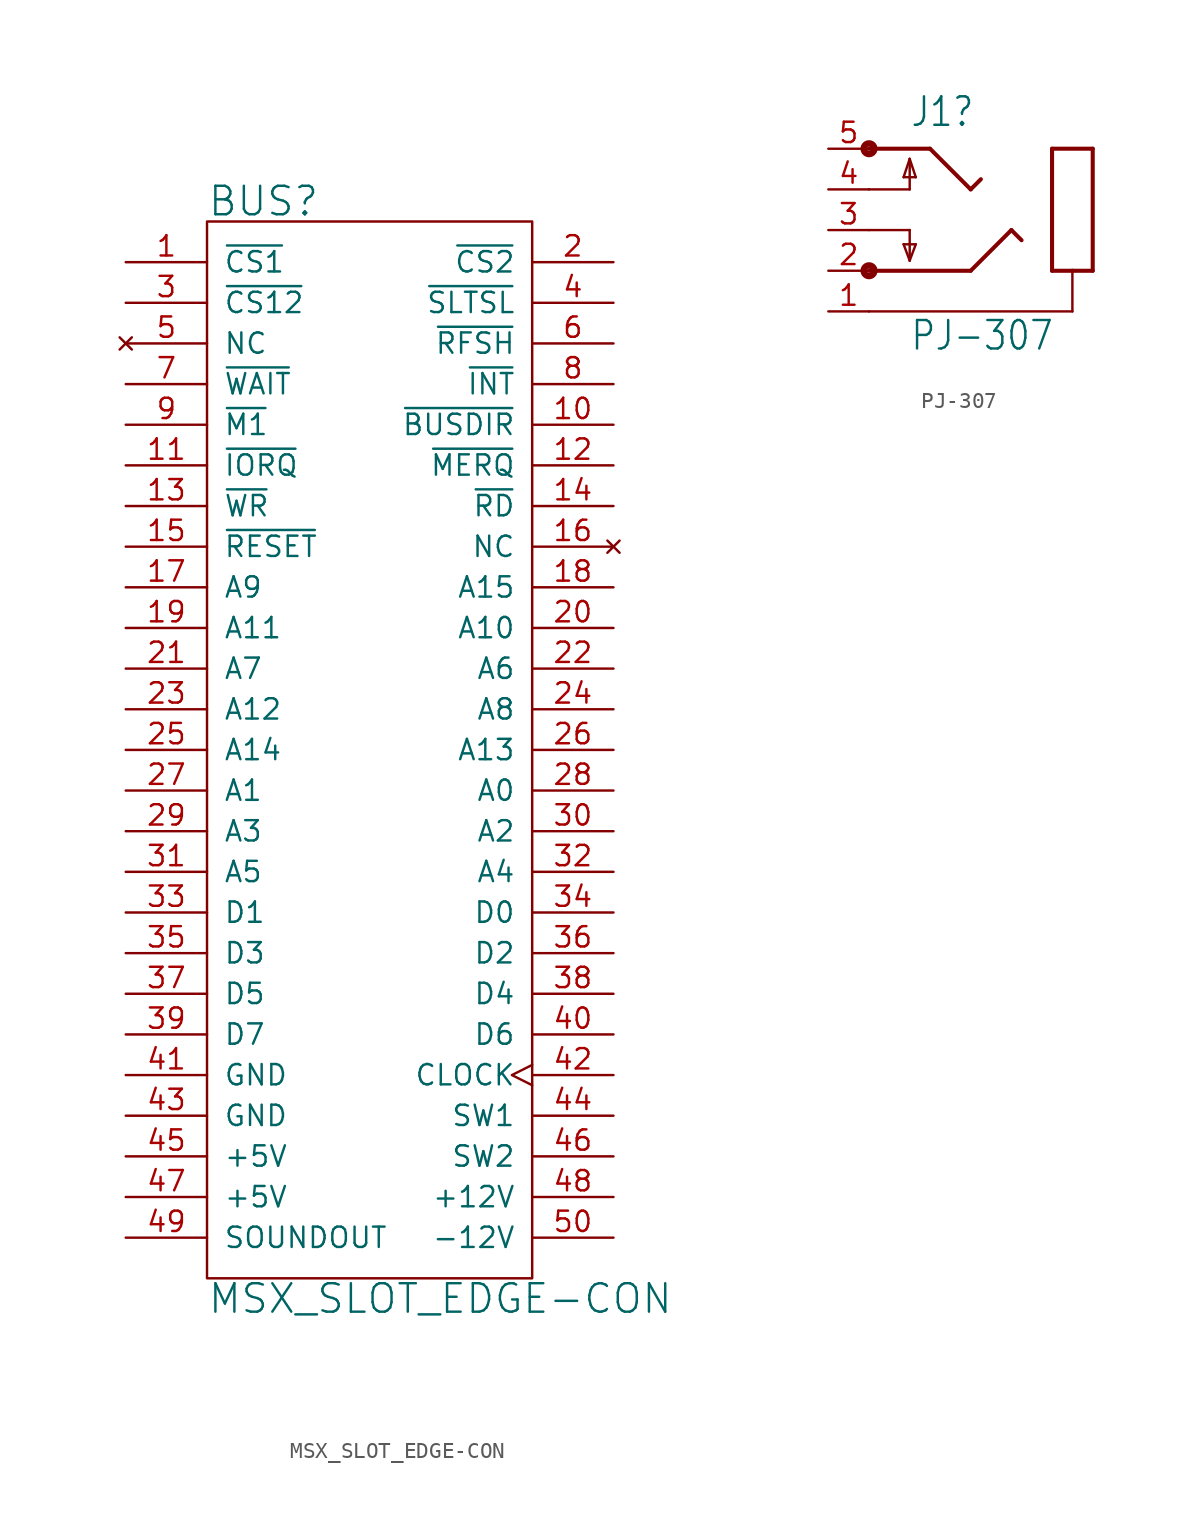
<source format=kicad_sym>
(kicad_symbol_lib
  (version 20220914)
  (generator kicad_symbol_editor)
  (symbol "MSX_SLOT_EDGE-CON"
    (pin_names
      (offset 1.016))
    (property "Reference" "BUS"
      (at -10.16 34.29 0)
      (effects (font (size 1.778 1.778)) (justify left)))
    (property "Value" "MSX_SLOT_EDGE-CON"
      (at -10.16 -34.29 0)
      (effects (font (size 1.778 1.778)) (justify left)))
    (symbol "MSX_SLOT_EDGE-CON_0_1"
      (rectangle (start -10.16 -33.02) (end 10.16 33.02) (stroke (width 0) (type default)) (fill (type none))))
    (symbol "MSX_SLOT_EDGE-CON_1_1"
      (pin output line (at -15.24 30.48 0) (length 5.08) (name "~{CS1}" (effects (font (size 1.27 1.27)))) (number "1" (effects (font (size 1.27 1.27)))))
      (pin output line (at 15.24 20.32 180) (length 5.08) (name "~{BUSDIR}" (effects (font (size 1.27 1.27)))) (number "10" (effects (font (size 1.27 1.27)))))
      (pin output line (at -15.24 17.78 0) (length 5.08) (name "~{IORQ}" (effects (font (size 1.27 1.27)))) (number "11" (effects (font (size 1.27 1.27)))))
      (pin input line (at 15.24 17.78 180) (length 5.08) (name "~{MERQ}" (effects (font (size 1.27 1.27)))) (number "12" (effects (font (size 1.27 1.27)))))
      (pin output line (at -15.24 15.24 0) (length 5.08) (name "~{WR}" (effects (font (size 1.27 1.27)))) (number "13" (effects (font (size 1.27 1.27)))))
      (pin output line (at 15.24 15.24 180) (length 5.08) (name "~{RD}" (effects (font (size 1.27 1.27)))) (number "14" (effects (font (size 1.27 1.27)))))
      (pin output line (at -15.24 12.7 0) (length 5.08) (name "~{RESET}" (effects (font (size 1.27 1.27)))) (number "15" (effects (font (size 1.27 1.27)))))
      (pin no_connect line (at 15.24 12.7 180) (length 5.08) (name "NC" (effects (font (size 1.27 1.27)))) (number "16" (effects (font (size 1.27 1.27)))))
      (pin output line (at -15.24 10.16 0) (length 5.08) (name "A9" (effects (font (size 1.27 1.27)))) (number "17" (effects (font (size 1.27 1.27)))))
      (pin output line (at 15.24 10.16 180) (length 5.08) (name "A15" (effects (font (size 1.27 1.27)))) (number "18" (effects (font (size 1.27 1.27)))))
      (pin output line (at -15.24 7.62 0) (length 5.08) (name "A11" (effects (font (size 1.27 1.27)))) (number "19" (effects (font (size 1.27 1.27)))))
      (pin output line (at 15.24 30.48 180) (length 5.08) (name "~{CS2}" (effects (font (size 1.27 1.27)))) (number "2" (effects (font (size 1.27 1.27)))))
      (pin output line (at 15.24 7.62 180) (length 5.08) (name "A10" (effects (font (size 1.27 1.27)))) (number "20" (effects (font (size 1.27 1.27)))))
      (pin output line (at -15.24 5.08 0) (length 5.08) (name "A7" (effects (font (size 1.27 1.27)))) (number "21" (effects (font (size 1.27 1.27)))))
      (pin output line (at 15.24 5.08 180) (length 5.08) (name "A6" (effects (font (size 1.27 1.27)))) (number "22" (effects (font (size 1.27 1.27)))))
      (pin output line (at -15.24 2.54 0) (length 5.08) (name "A12" (effects (font (size 1.27 1.27)))) (number "23" (effects (font (size 1.27 1.27)))))
      (pin output line (at 15.24 2.54 180) (length 5.08) (name "A8" (effects (font (size 1.27 1.27)))) (number "24" (effects (font (size 1.27 1.27)))))
      (pin output line (at -15.24 0 0) (length 5.08) (name "A14" (effects (font (size 1.27 1.27)))) (number "25" (effects (font (size 1.27 1.27)))))
      (pin output line (at 15.24 0 180) (length 5.08) (name "A13" (effects (font (size 1.27 1.27)))) (number "26" (effects (font (size 1.27 1.27)))))
      (pin output line (at -15.24 -2.54 0) (length 5.08) (name "A1" (effects (font (size 1.27 1.27)))) (number "27" (effects (font (size 1.27 1.27)))))
      (pin output line (at 15.24 -2.54 180) (length 5.08) (name "A0" (effects (font (size 1.27 1.27)))) (number "28" (effects (font (size 1.27 1.27)))))
      (pin output line (at -15.24 -5.08 0) (length 5.08) (name "A3" (effects (font (size 1.27 1.27)))) (number "29" (effects (font (size 1.27 1.27)))))
      (pin output line (at -15.24 27.94 0) (length 5.08) (name "~{CS12}" (effects (font (size 1.27 1.27)))) (number "3" (effects (font (size 1.27 1.27)))))
      (pin output line (at 15.24 -5.08 180) (length 5.08) (name "A2" (effects (font (size 1.27 1.27)))) (number "30" (effects (font (size 1.27 1.27)))))
      (pin output line (at -15.24 -7.62 0) (length 5.08) (name "A5" (effects (font (size 1.27 1.27)))) (number "31" (effects (font (size 1.27 1.27)))))
      (pin output line (at 15.24 -7.62 180) (length 5.08) (name "A4" (effects (font (size 1.27 1.27)))) (number "32" (effects (font (size 1.27 1.27)))))
      (pin tri_state line (at -15.24 -10.16 0) (length 5.08) (name "D1" (effects (font (size 1.27 1.27)))) (number "33" (effects (font (size 1.27 1.27)))))
      (pin tri_state line (at 15.24 -10.16 180) (length 5.08) (name "D0" (effects (font (size 1.27 1.27)))) (number "34" (effects (font (size 1.27 1.27)))))
      (pin tri_state line (at -15.24 -12.7 0) (length 5.08) (name "D3" (effects (font (size 1.27 1.27)))) (number "35" (effects (font (size 1.27 1.27)))))
      (pin tri_state line (at 15.24 -12.7 180) (length 5.08) (name "D2~{}" (effects (font (size 1.27 1.27)))) (number "36" (effects (font (size 1.27 1.27)))))
      (pin tri_state line (at -15.24 -15.24 0) (length 5.08) (name "D5" (effects (font (size 1.27 1.27)))) (number "37" (effects (font (size 1.27 1.27)))))
      (pin tri_state line (at 15.24 -15.24 180) (length 5.08) (name "D4" (effects (font (size 1.27 1.27)))) (number "38" (effects (font (size 1.27 1.27)))))
      (pin tri_state line (at -15.24 -17.78 0) (length 5.08) (name "D7" (effects (font (size 1.27 1.27)))) (number "39" (effects (font (size 1.27 1.27)))))
      (pin output line (at 15.24 27.94 180) (length 5.08) (name "~{SLTSL}" (effects (font (size 1.27 1.27)))) (number "4" (effects (font (size 1.27 1.27)))))
      (pin tri_state line (at 15.24 -17.78 180) (length 5.08) (name "D6" (effects (font (size 1.27 1.27)))) (number "40" (effects (font (size 1.27 1.27)))))
      (pin power_out line (at -15.24 -20.32 0) (length 5.08) (name "GND" (effects (font (size 1.27 1.27)))) (number "41" (effects (font (size 1.27 1.27)))))
      (pin output clock (at 15.24 -20.32 180) (length 5.08) (name "CLOCK" (effects (font (size 1.27 1.27)))) (number "42" (effects (font (size 1.27 1.27)))))
      (pin passive line (at -15.24 -22.86 0) (length 5.08) (name "GND" (effects (font (size 1.27 1.27)))) (number "43" (effects (font (size 1.27 1.27)))))
      (pin passive line (at 15.24 -22.86 180) (length 5.08) (name "SW1" (effects (font (size 1.27 1.27)))) (number "44" (effects (font (size 1.27 1.27)))))
      (pin power_out line (at -15.24 -25.4 0) (length 5.08) (name "+5V" (effects (font (size 1.27 1.27)))) (number "45" (effects (font (size 1.27 1.27)))))
      (pin passive line (at 15.24 -25.4 180) (length 5.08) (name "SW2" (effects (font (size 1.27 1.27)))) (number "46" (effects (font (size 1.27 1.27)))))
      (pin passive line (at -15.24 -27.94 0) (length 5.08) (name "+5V" (effects (font (size 1.27 1.27)))) (number "47" (effects (font (size 1.27 1.27)))))
      (pin power_out line (at 15.24 -27.94 180) (length 5.08) (name "+12V" (effects (font (size 1.27 1.27)))) (number "48" (effects (font (size 1.27 1.27)))))
      (pin output line (at -15.24 -30.48 0) (length 5.08) (name "SOUNDOUT" (effects (font (size 1.27 1.27)))) (number "49" (effects (font (size 1.27 1.27)))))
      (pin no_connect line (at -15.24 25.4 0) (length 5.08) (name "NC" (effects (font (size 1.27 1.27)))) (number "5" (effects (font (size 1.27 1.27)))))
      (pin power_out line (at 15.24 -30.48 180) (length 5.08) (name "-12V" (effects (font (size 1.27 1.27)))) (number "50" (effects (font (size 1.27 1.27)))))
      (pin output line (at 15.24 25.4 180) (length 5.08) (name "~{RFSH}" (effects (font (size 1.27 1.27)))) (number "6" (effects (font (size 1.27 1.27)))))
      (pin input line (at -15.24 22.86 0) (length 5.08) (name "~{WAIT}" (effects (font (size 1.27 1.27)))) (number "7" (effects (font (size 1.27 1.27)))))
      (pin open_collector line (at 15.24 22.86 180) (length 5.08) (name "~{INT}" (effects (font (size 1.27 1.27)))) (number "8" (effects (font (size 1.27 1.27)))))
      (pin output line (at -15.24 20.32 0) (length 5.08) (name "~{M1}" (effects (font (size 1.27 1.27)))) (number "9" (effects (font (size 1.27 1.27)))))))
  (symbol "PJ-307"
    (property "Reference" "J1"
      (at -2.54 6.35 0)
      (effects (font (size 1.778 1.511)) (justify left bottom)))
    (property "Value" "PJ-307"
      (at -2.54 -7.62 0)
      (effects (font (size 1.778 1.511)) (justify left bottom)))
    (property "ki_locked" ""
      (at 0 0 0)
      (effects (font (size 1.27 1.27))))
    (symbol "PJ-307_1_0"
      (circle (center -5.08 -2.54) (radius 0.127) (stroke (width 0.406) (type default)) (fill (type none)))
      (circle (center -5.08 5.08) (radius 0.127) (stroke (width 0.406) (type default)) (fill (type none)))
      (polyline (pts (xy -5.08 -2.54) (xy 1.27 -2.54)) (stroke (width 0.254) (type default)) (fill (type none)))
      (polyline (pts (xy -5.08 0) (xy -2.54 0)) (stroke (width 0.152) (type default)) (fill (type none)))
      (polyline (pts (xy -5.08 2.54) (xy -2.54 2.54)) (stroke (width 0.152) (type default)) (fill (type none)))
      (polyline (pts (xy -5.08 5.08) (xy -1.27 5.08)) (stroke (width 0.254) (type default)) (fill (type none)))
      (polyline (pts (xy -2.921 -0.889) (xy -2.159 -0.889)) (stroke (width 0.152) (type default)) (fill (type none)))
      (polyline (pts (xy -2.921 3.302) (xy -2.159 3.302)) (stroke (width 0.152) (type default)) (fill (type none)))
      (polyline (pts (xy -2.54 -1.905) (xy -2.921 -0.889)) (stroke (width 0.152) (type default)) (fill (type none)))
      (polyline (pts (xy -2.54 0) (xy -2.54 -1.905)) (stroke (width 0.152) (type default)) (fill (type none)))
      (polyline (pts (xy -2.54 2.54) (xy -2.54 4.445)) (stroke (width 0.152) (type default)) (fill (type none)))
      (polyline (pts (xy -2.54 4.445) (xy -2.921 3.302)) (stroke (width 0.152) (type default)) (fill (type none)))
      (polyline (pts (xy -2.159 -0.889) (xy -2.54 -1.905)) (stroke (width 0.152) (type default)) (fill (type none)))
      (polyline (pts (xy -2.159 3.302) (xy -2.54 4.445)) (stroke (width 0.152) (type default)) (fill (type none)))
      (polyline (pts (xy -1.27 5.08) (xy 1.27 2.54)) (stroke (width 0.254) (type default)) (fill (type none)))
      (polyline (pts (xy 1.27 2.54) (xy 1.905 3.175)) (stroke (width 0.254) (type default)) (fill (type none)))
      (polyline (pts (xy 3.81 0) (xy 1.27 -2.54)) (stroke (width 0.254) (type default)) (fill (type none)))
      (polyline (pts (xy 4.445 -0.635) (xy 3.81 0)) (stroke (width 0.254) (type default)) (fill (type none)))
      (polyline (pts (xy 6.35 -2.54) (xy 6.35 5.08)) (stroke (width 0.254) (type default)) (fill (type none)))
      (polyline (pts (xy 6.35 -2.54) (xy 7.62 -2.54)) (stroke (width 0.254) (type default)) (fill (type none)))
      (polyline (pts (xy 6.35 5.08) (xy 8.89 5.08)) (stroke (width 0.254) (type default)) (fill (type none)))
      (polyline (pts (xy 7.62 -5.08) (xy -5.08 -5.08)) (stroke (width 0.152) (type default)) (fill (type none)))
      (polyline (pts (xy 7.62 -2.54) (xy 7.62 -5.08)) (stroke (width 0.152) (type default)) (fill (type none)))
      (polyline (pts (xy 7.62 -2.54) (xy 8.89 -2.54)) (stroke (width 0.254) (type default)) (fill (type none)))
      (polyline (pts (xy 8.89 -2.54) (xy 8.89 5.08)) (stroke (width 0.254) (type default)) (fill (type none)))
      (pin passive line (at -7.62 -5.08 0) (length 2.54) (name "1" (effects (font (size 0 0)))) (number "1" (effects (font (size 1.27 1.27)))))
      (pin passive line (at -7.62 -2.54 0) (length 2.54) (name "2" (effects (font (size 0 0)))) (number "2" (effects (font (size 1.27 1.27)))))
      (pin passive line (at -7.62 0 0) (length 2.54) (name "3" (effects (font (size 0 0)))) (number "3" (effects (font (size 1.27 1.27)))))
      (pin passive line (at -7.62 2.54 0) (length 2.54) (name "4" (effects (font (size 0 0)))) (number "4" (effects (font (size 1.27 1.27)))))
      (pin passive line (at -7.62 5.08 0) (length 2.54) (name "5" (effects (font (size 0 0)))) (number "5" (effects (font (size 1.27 1.27))))))))
</source>
